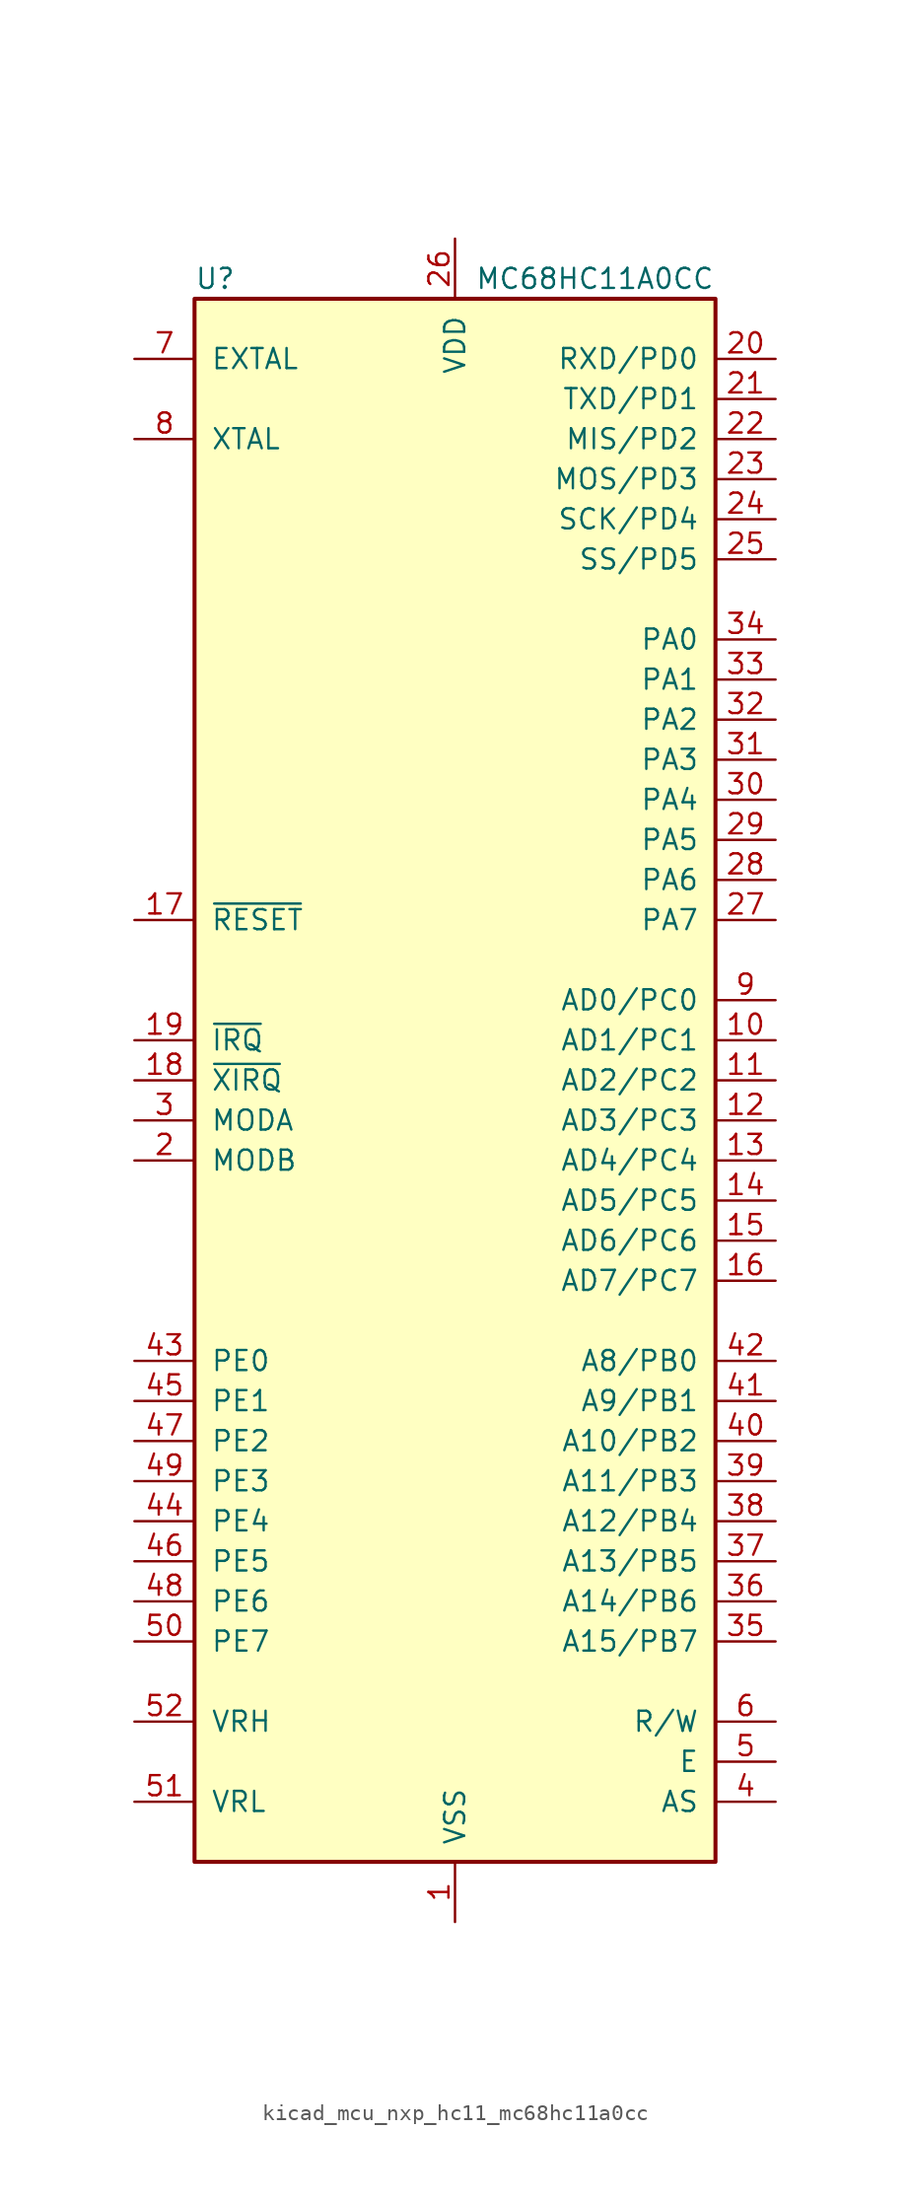
<source format=kicad_sym>
(kicad_symbol_lib
  (version 20220914)
  (generator kicad_symbol_editor)
  (symbol "kicad_mcu_nxp_hc11_mc68hc11a0cc"
    (pin_names
      (offset 1.016))
    (property "Reference" "U"
      (at -16.51 50.8 0)
      (effects (font (size 1.27 1.27)) (justify left)))
    (property "Value" "MC68HC11A0CC"
      (at 1.27 50.8 0)
      (effects (font (size 1.27 1.27)) (justify left)))
    (symbol "kicad_mcu_nxp_hc11_mc68hc11a0cc_0_1"
      (rectangle (start -16.51 49.53) (end 16.51 -49.53) (stroke (width 0.254) (type default)) (fill (type background))))
    (symbol "kicad_mcu_nxp_hc11_mc68hc11a0cc_1_1"
      (pin power_in line (at 0 -53.34 90) (length 3.81) (name "VSS" (effects (font (size 1.27 1.27)))) (number "1" (effects (font (size 1.27 1.27)))))
      (pin bidirectional line (at 20.32 2.54 180) (length 3.81) (name "AD1/PC1" (effects (font (size 1.27 1.27)))) (number "10" (effects (font (size 1.27 1.27)))))
      (pin bidirectional line (at 20.32 0 180) (length 3.81) (name "AD2/PC2" (effects (font (size 1.27 1.27)))) (number "11" (effects (font (size 1.27 1.27)))))
      (pin bidirectional line (at 20.32 -2.54 180) (length 3.81) (name "AD3/PC3" (effects (font (size 1.27 1.27)))) (number "12" (effects (font (size 1.27 1.27)))))
      (pin bidirectional line (at 20.32 -5.08 180) (length 3.81) (name "AD4/PC4" (effects (font (size 1.27 1.27)))) (number "13" (effects (font (size 1.27 1.27)))))
      (pin bidirectional line (at 20.32 -7.62 180) (length 3.81) (name "AD5/PC5" (effects (font (size 1.27 1.27)))) (number "14" (effects (font (size 1.27 1.27)))))
      (pin bidirectional line (at 20.32 -10.16 180) (length 3.81) (name "AD6/PC6" (effects (font (size 1.27 1.27)))) (number "15" (effects (font (size 1.27 1.27)))))
      (pin bidirectional line (at 20.32 -12.7 180) (length 3.81) (name "AD7/PC7" (effects (font (size 1.27 1.27)))) (number "16" (effects (font (size 1.27 1.27)))))
      (pin input line (at -20.32 10.16 0) (length 3.81) (name "~{RESET}" (effects (font (size 1.27 1.27)))) (number "17" (effects (font (size 1.27 1.27)))))
      (pin input line (at -20.32 0 0) (length 3.81) (name "~{XIRQ}" (effects (font (size 1.27 1.27)))) (number "18" (effects (font (size 1.27 1.27)))))
      (pin input line (at -20.32 2.54 0) (length 3.81) (name "~{IRQ}" (effects (font (size 1.27 1.27)))) (number "19" (effects (font (size 1.27 1.27)))))
      (pin input line (at -20.32 -5.08 0) (length 3.81) (name "MODB" (effects (font (size 1.27 1.27)))) (number "2" (effects (font (size 1.27 1.27)))))
      (pin bidirectional line (at 20.32 45.72 180) (length 3.81) (name "RXD/PD0" (effects (font (size 1.27 1.27)))) (number "20" (effects (font (size 1.27 1.27)))))
      (pin bidirectional line (at 20.32 43.18 180) (length 3.81) (name "TXD/PD1" (effects (font (size 1.27 1.27)))) (number "21" (effects (font (size 1.27 1.27)))))
      (pin bidirectional line (at 20.32 40.64 180) (length 3.81) (name "MIS/PD2" (effects (font (size 1.27 1.27)))) (number "22" (effects (font (size 1.27 1.27)))))
      (pin bidirectional line (at 20.32 38.1 180) (length 3.81) (name "MOS/PD3" (effects (font (size 1.27 1.27)))) (number "23" (effects (font (size 1.27 1.27)))))
      (pin bidirectional line (at 20.32 35.56 180) (length 3.81) (name "SCK/PD4" (effects (font (size 1.27 1.27)))) (number "24" (effects (font (size 1.27 1.27)))))
      (pin bidirectional line (at 20.32 33.02 180) (length 3.81) (name "SS/PD5" (effects (font (size 1.27 1.27)))) (number "25" (effects (font (size 1.27 1.27)))))
      (pin power_in line (at 0 53.34 270) (length 3.81) (name "VDD" (effects (font (size 1.27 1.27)))) (number "26" (effects (font (size 1.27 1.27)))))
      (pin bidirectional line (at 20.32 10.16 180) (length 3.81) (name "PA7" (effects (font (size 1.27 1.27)))) (number "27" (effects (font (size 1.27 1.27)))))
      (pin output line (at 20.32 12.7 180) (length 3.81) (name "PA6" (effects (font (size 1.27 1.27)))) (number "28" (effects (font (size 1.27 1.27)))))
      (pin output line (at 20.32 15.24 180) (length 3.81) (name "PA5" (effects (font (size 1.27 1.27)))) (number "29" (effects (font (size 1.27 1.27)))))
      (pin bidirectional line (at -20.32 -2.54 0) (length 3.81) (name "MODA" (effects (font (size 1.27 1.27)))) (number "3" (effects (font (size 1.27 1.27)))))
      (pin output line (at 20.32 17.78 180) (length 3.81) (name "PA4" (effects (font (size 1.27 1.27)))) (number "30" (effects (font (size 1.27 1.27)))))
      (pin output line (at 20.32 20.32 180) (length 3.81) (name "PA3" (effects (font (size 1.27 1.27)))) (number "31" (effects (font (size 1.27 1.27)))))
      (pin input line (at 20.32 22.86 180) (length 3.81) (name "PA2" (effects (font (size 1.27 1.27)))) (number "32" (effects (font (size 1.27 1.27)))))
      (pin input line (at 20.32 25.4 180) (length 3.81) (name "PA1" (effects (font (size 1.27 1.27)))) (number "33" (effects (font (size 1.27 1.27)))))
      (pin input line (at 20.32 27.94 180) (length 3.81) (name "PA0" (effects (font (size 1.27 1.27)))) (number "34" (effects (font (size 1.27 1.27)))))
      (pin output line (at 20.32 -35.56 180) (length 3.81) (name "A15/PB7" (effects (font (size 1.27 1.27)))) (number "35" (effects (font (size 1.27 1.27)))))
      (pin output line (at 20.32 -33.02 180) (length 3.81) (name "A14/PB6" (effects (font (size 1.27 1.27)))) (number "36" (effects (font (size 1.27 1.27)))))
      (pin output line (at 20.32 -30.48 180) (length 3.81) (name "A13/PB5" (effects (font (size 1.27 1.27)))) (number "37" (effects (font (size 1.27 1.27)))))
      (pin output line (at 20.32 -27.94 180) (length 3.81) (name "A12/PB4" (effects (font (size 1.27 1.27)))) (number "38" (effects (font (size 1.27 1.27)))))
      (pin output line (at 20.32 -25.4 180) (length 3.81) (name "A11/PB3" (effects (font (size 1.27 1.27)))) (number "39" (effects (font (size 1.27 1.27)))))
      (pin output line (at 20.32 -45.72 180) (length 3.81) (name "AS" (effects (font (size 1.27 1.27)))) (number "4" (effects (font (size 1.27 1.27)))))
      (pin output line (at 20.32 -22.86 180) (length 3.81) (name "A10/PB2" (effects (font (size 1.27 1.27)))) (number "40" (effects (font (size 1.27 1.27)))))
      (pin output line (at 20.32 -20.32 180) (length 3.81) (name "A9/PB1" (effects (font (size 1.27 1.27)))) (number "41" (effects (font (size 1.27 1.27)))))
      (pin output line (at 20.32 -17.78 180) (length 3.81) (name "A8/PB0" (effects (font (size 1.27 1.27)))) (number "42" (effects (font (size 1.27 1.27)))))
      (pin input line (at -20.32 -17.78 0) (length 3.81) (name "PE0" (effects (font (size 1.27 1.27)))) (number "43" (effects (font (size 1.27 1.27)))))
      (pin input line (at -20.32 -27.94 0) (length 3.81) (name "PE4" (effects (font (size 1.27 1.27)))) (number "44" (effects (font (size 1.27 1.27)))))
      (pin input line (at -20.32 -20.32 0) (length 3.81) (name "PE1" (effects (font (size 1.27 1.27)))) (number "45" (effects (font (size 1.27 1.27)))))
      (pin input line (at -20.32 -30.48 0) (length 3.81) (name "PE5" (effects (font (size 1.27 1.27)))) (number "46" (effects (font (size 1.27 1.27)))))
      (pin input line (at -20.32 -22.86 0) (length 3.81) (name "PE2" (effects (font (size 1.27 1.27)))) (number "47" (effects (font (size 1.27 1.27)))))
      (pin input line (at -20.32 -33.02 0) (length 3.81) (name "PE6" (effects (font (size 1.27 1.27)))) (number "48" (effects (font (size 1.27 1.27)))))
      (pin input line (at -20.32 -25.4 0) (length 3.81) (name "PE3" (effects (font (size 1.27 1.27)))) (number "49" (effects (font (size 1.27 1.27)))))
      (pin output line (at 20.32 -43.18 180) (length 3.81) (name "E" (effects (font (size 1.27 1.27)))) (number "5" (effects (font (size 1.27 1.27)))))
      (pin input line (at -20.32 -35.56 0) (length 3.81) (name "PE7" (effects (font (size 1.27 1.27)))) (number "50" (effects (font (size 1.27 1.27)))))
      (pin input line (at -20.32 -45.72 0) (length 3.81) (name "VRL" (effects (font (size 1.27 1.27)))) (number "51" (effects (font (size 1.27 1.27)))))
      (pin input line (at -20.32 -40.64 0) (length 3.81) (name "VRH" (effects (font (size 1.27 1.27)))) (number "52" (effects (font (size 1.27 1.27)))))
      (pin output line (at 20.32 -40.64 180) (length 3.81) (name "R/W" (effects (font (size 1.27 1.27)))) (number "6" (effects (font (size 1.27 1.27)))))
      (pin input line (at -20.32 45.72 0) (length 3.81) (name "EXTAL" (effects (font (size 1.27 1.27)))) (number "7" (effects (font (size 1.27 1.27)))))
      (pin output line (at -20.32 40.64 0) (length 3.81) (name "XTAL" (effects (font (size 1.27 1.27)))) (number "8" (effects (font (size 1.27 1.27)))))
      (pin bidirectional line (at 20.32 5.08 180) (length 3.81) (name "AD0/PC0" (effects (font (size 1.27 1.27)))) (number "9" (effects (font (size 1.27 1.27))))))))
</source>
